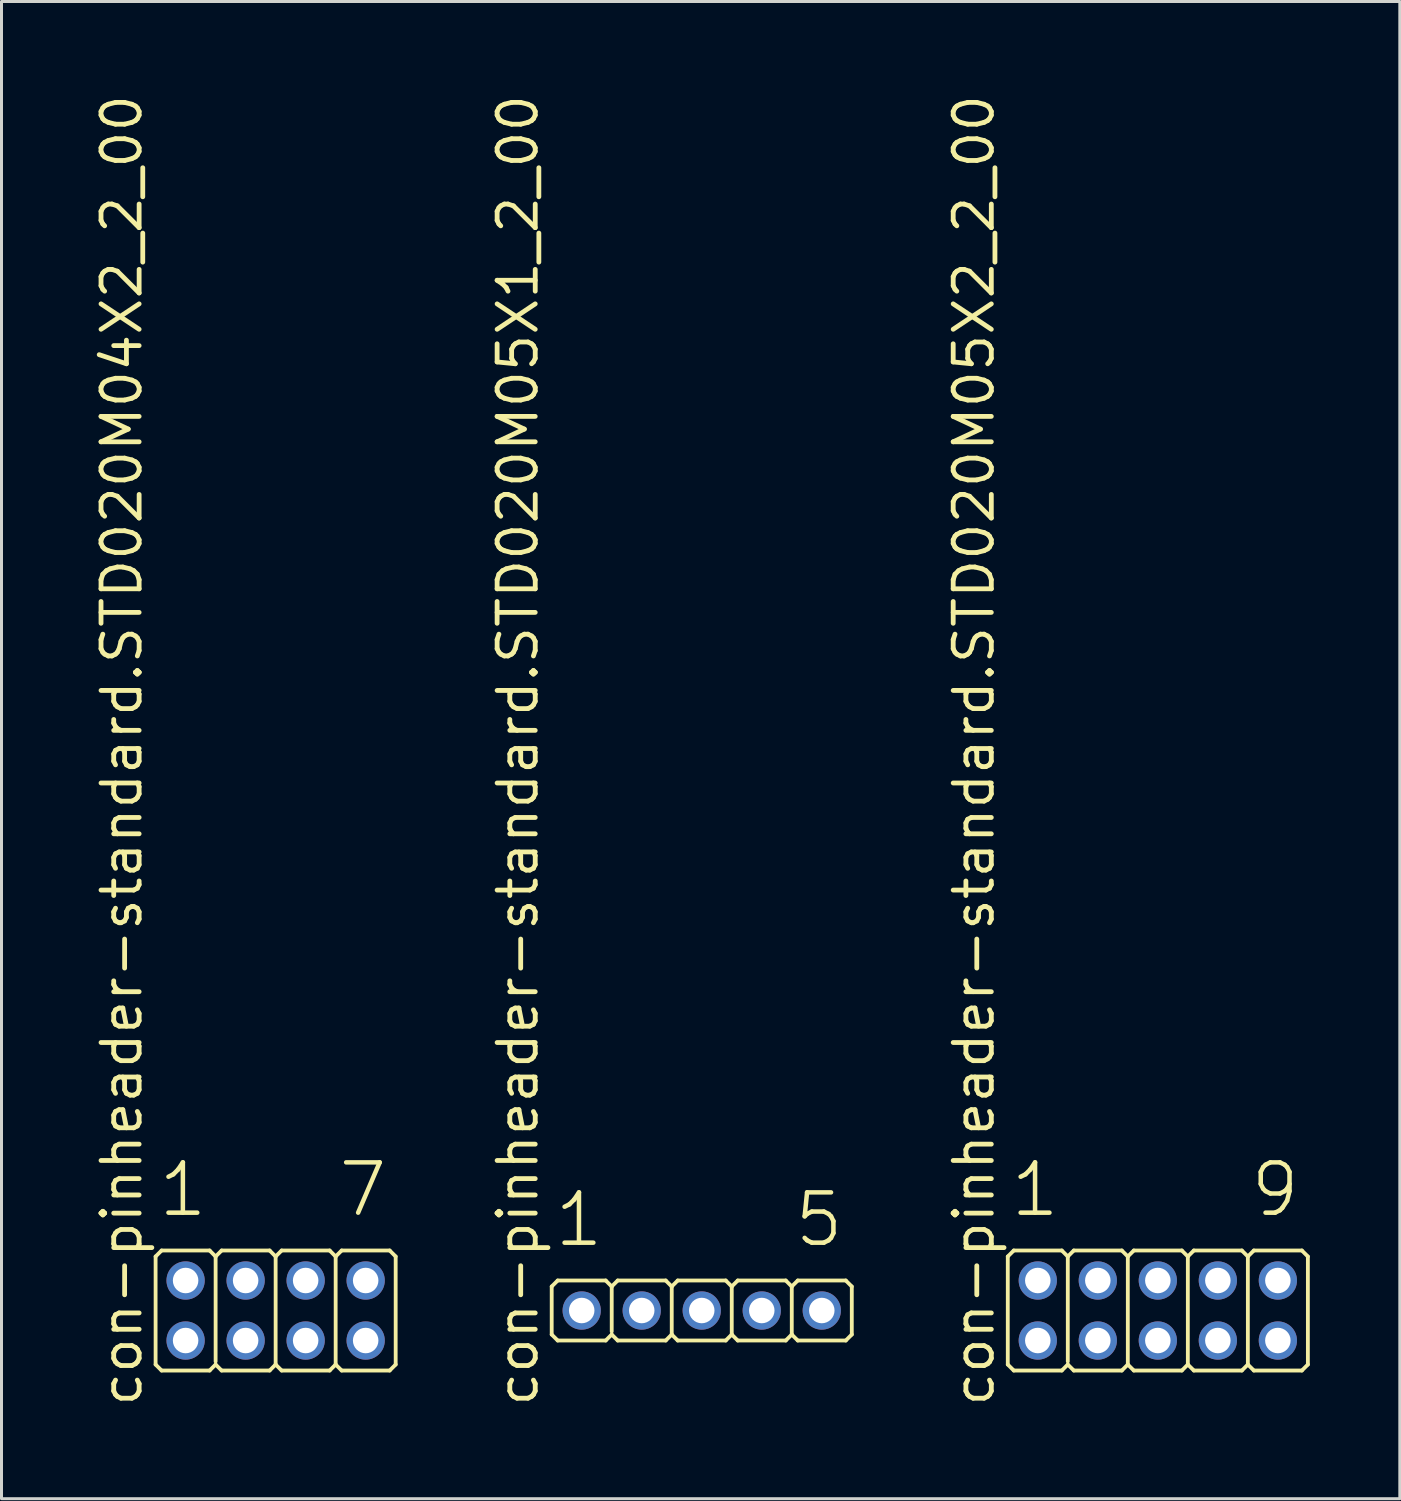
<source format=kicad_pcb>
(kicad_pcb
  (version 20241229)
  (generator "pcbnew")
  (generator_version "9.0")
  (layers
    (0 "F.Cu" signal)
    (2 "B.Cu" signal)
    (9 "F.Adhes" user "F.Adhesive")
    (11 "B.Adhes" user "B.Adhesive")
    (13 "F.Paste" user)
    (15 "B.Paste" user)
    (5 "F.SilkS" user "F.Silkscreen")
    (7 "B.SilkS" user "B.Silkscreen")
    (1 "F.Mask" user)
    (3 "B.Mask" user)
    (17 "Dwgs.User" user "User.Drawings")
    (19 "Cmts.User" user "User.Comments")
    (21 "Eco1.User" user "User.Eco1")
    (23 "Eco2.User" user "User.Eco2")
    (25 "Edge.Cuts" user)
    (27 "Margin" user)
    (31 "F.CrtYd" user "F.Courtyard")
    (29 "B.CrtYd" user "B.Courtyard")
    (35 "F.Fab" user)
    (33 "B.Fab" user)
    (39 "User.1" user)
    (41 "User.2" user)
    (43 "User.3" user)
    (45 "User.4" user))
  (footprint "con-pinheader-standard.STD020M05X2_2_00"
    (layer "F.Cu")
    (at 35.532 40.62)
    (property "Reference" "con-pinheader-standard.STD020M05X2_2_00" (at -5.385 3.27 90) (layer "F.SilkS") (effects (font (size 1.27 1.27) (thickness 0.16)) (justify left bottom)))
    (attr through_hole)
    (fp_line (start -5 1.8) (end -5 -1.8) (stroke (width 0.127) (type default)) (layer "F.SilkS"))
    (fp_line (start -4.8 -2) (end -5 -1.8) (stroke (width 0.127) (type default)) (layer "F.SilkS"))
    (fp_line (start -4.8 -2) (end -3.2 -2) (stroke (width 0.127) (type default)) (layer "F.SilkS"))
    (fp_line (start -4.8 2) (end -5 1.8) (stroke (width 0.127) (type default)) (layer "F.SilkS"))
    (fp_line (start -3.2 -2) (end -3 -1.8) (stroke (width 0.127) (type default)) (layer "F.SilkS"))
    (fp_line (start -3.2 2) (end -4.8 2) (stroke (width 0.127) (type default)) (layer "F.SilkS"))
    (fp_line (start -3.2 2) (end -3 1.8) (stroke (width 0.127) (type default)) (layer "F.SilkS"))
    (fp_line (start -3 -1.8) (end -3 1.7) (stroke (width 0.127) (type default)) (layer "F.SilkS"))
    (fp_line (start -2.8 -2) (end -3 -1.8) (stroke (width 0.127) (type default)) (layer "F.SilkS"))
    (fp_line (start -2.8 -2) (end -1.2 -2) (stroke (width 0.127) (type default)) (layer "F.SilkS"))
    (fp_line (start -2.8 2) (end -3 1.8) (stroke (width 0.127) (type default)) (layer "F.SilkS"))
    (fp_line (start -1.2 -2) (end -1 -1.8) (stroke (width 0.127) (type default)) (layer "F.SilkS"))
    (fp_line (start -1.2 2) (end -2.8 2) (stroke (width 0.127) (type default)) (layer "F.SilkS"))
    (fp_line (start -1.2 2) (end -1 1.8) (stroke (width 0.127) (type default)) (layer "F.SilkS"))
    (fp_line (start -1 -1.8) (end -1 1.8) (stroke (width 0.127) (type default)) (layer "F.SilkS"))
    (fp_line (start -0.8 -2) (end -1 -1.8) (stroke (width 0.127) (type default)) (layer "F.SilkS"))
    (fp_line (start -0.8 -2) (end 0.8 -2) (stroke (width 0.127) (type default)) (layer "F.SilkS"))
    (fp_line (start -0.8 2) (end -1 1.8) (stroke (width 0.127) (type default)) (layer "F.SilkS"))
    (fp_line (start 0.8 -2) (end 1 -1.8) (stroke (width 0.127) (type default)) (layer "F.SilkS"))
    (fp_line (start 0.8 2) (end -0.8 2) (stroke (width 0.127) (type default)) (layer "F.SilkS"))
    (fp_line (start 0.8 2) (end 1 1.8) (stroke (width 0.127) (type default)) (layer "F.SilkS"))
    (fp_line (start 1 -1.8) (end 1 1.8) (stroke (width 0.127) (type default)) (layer "F.SilkS"))
    (fp_line (start 1.2 -2) (end 1 -1.8) (stroke (width 0.127) (type default)) (layer "F.SilkS"))
    (fp_line (start 1.2 -2) (end 2.8 -2) (stroke (width 0.127) (type default)) (layer "F.SilkS"))
    (fp_line (start 1.2 2) (end 1 1.8) (stroke (width 0.127) (type default)) (layer "F.SilkS"))
    (fp_line (start 2.8 -2) (end 3 -1.8) (stroke (width 0.127) (type default)) (layer "F.SilkS"))
    (fp_line (start 2.8 2) (end 1.2 2) (stroke (width 0.127) (type default)) (layer "F.SilkS"))
    (fp_line (start 2.8 2) (end 3 1.8) (stroke (width 0.127) (type default)) (layer "F.SilkS"))
    (fp_line (start 3 -1.8) (end 3 1.8) (stroke (width 0.127) (type default)) (layer "F.SilkS"))
    (fp_line (start 3.2 -2) (end 3 -1.8) (stroke (width 0.127) (type default)) (layer "F.SilkS"))
    (fp_line (start 3.2 -2) (end 4.8 -2) (stroke (width 0.127) (type default)) (layer "F.SilkS"))
    (fp_line (start 3.2 2) (end 3 1.8) (stroke (width 0.127) (type default)) (layer "F.SilkS"))
    (fp_line (start 4.8 -2) (end 5 -1.8) (stroke (width 0.127) (type default)) (layer "F.SilkS"))
    (fp_line (start 4.8 2) (end 3.2 2) (stroke (width 0.127) (type default)) (layer "F.SilkS"))
    (fp_line (start 4.8 2) (end 5 1.8) (stroke (width 0.127) (type default)) (layer "F.SilkS"))
    (fp_line (start 5 -1.8) (end 5 1.8) (stroke (width 0.127) (type default)) (layer "F.SilkS"))
    (fp_rect (start -4.25 -0.75) (end -3.75 -1.25) (stroke (width 0.05) (type default)) (fill no) (layer "F.Fab"))
    (fp_rect (start -4.25 1.25) (end -3.75 0.75) (stroke (width 0.05) (type default)) (fill no) (layer "F.Fab"))
    (fp_rect (start -2.25 -0.75) (end -1.75 -1.25) (stroke (width 0.05) (type default)) (fill no) (layer "F.Fab"))
    (fp_rect (start -2.25 1.25) (end -1.75 0.75) (stroke (width 0.05) (type default)) (fill no) (layer "F.Fab"))
    (fp_rect (start -0.25 -0.75) (end 0.25 -1.25) (stroke (width 0.05) (type default)) (fill no) (layer "F.Fab"))
    (fp_rect (start -0.25 1.25) (end 0.25 0.75) (stroke (width 0.05) (type default)) (fill no) (layer "F.Fab"))
    (fp_rect (start 1.75 -0.75) (end 2.25 -1.25) (stroke (width 0.05) (type default)) (fill no) (layer "F.Fab"))
    (fp_rect (start 1.75 1.25) (end 2.25 0.75) (stroke (width 0.05) (type default)) (fill no) (layer "F.Fab"))
    (fp_rect (start 3.75 -0.75) (end 4.25 -1.25) (stroke (width 0.05) (type default)) (fill no) (layer "F.Fab"))
    (fp_rect (start 3.75 1.25) (end 4.25 0.75) (stroke (width 0.05) (type default)) (fill no) (layer "F.Fab"))
    (fp_text user "9" (at 3.012 -3.048 0) (layer "F.SilkS") (effects (font (size 1.676 1.676) (thickness 0.15)) (justify left bottom)))
    (fp_text user "1" (at -4.988 -3.048 0) (layer "F.SilkS") (effects (font (size 1.676 1.676) (thickness 0.15)) (justify left bottom)))
    (pad "1" thru_hole circle (at -4 -1) (size 1.275 1.275) (drill 0.85) (layers "*.Cu" "*.Mask"))
    (pad "2" thru_hole circle (at -4 1) (size 1.275 1.275) (drill 0.85) (layers "*.Cu" "*.Mask"))
    (pad "3" thru_hole circle (at -2 -1) (size 1.275 1.275) (drill 0.85) (layers "*.Cu" "*.Mask"))
    (pad "4" thru_hole circle (at -2 1) (size 1.275 1.275) (drill 0.85) (layers "*.Cu" "*.Mask"))
    (pad "5" thru_hole circle (at 0 -1) (size 1.275 1.275) (drill 0.85) (layers "*.Cu" "*.Mask"))
    (pad "6" thru_hole circle (at 0 1) (size 1.275 1.275) (drill 0.85) (layers "*.Cu" "*.Mask"))
    (pad "7" thru_hole circle (at 2 -1) (size 1.275 1.275) (drill 0.85) (layers "*.Cu" "*.Mask"))
    (pad "8" thru_hole circle (at 2 1) (size 1.275 1.275) (drill 0.85) (layers "*.Cu" "*.Mask"))
    (pad "9" thru_hole circle (at 4 -1) (size 1.275 1.275) (drill 0.85) (layers "*.Cu" "*.Mask"))
    (pad "10" thru_hole circle (at 4 1) (size 1.275 1.275) (drill 0.85) (layers "*.Cu" "*.Mask")))
  (footprint "con-pinheader-standard.STD020M04X2_2_00"
    (layer "F.Cu")
    (at 6.135 40.62)
    (property "Reference" "con-pinheader-standard.STD020M04X2_2_00" (at -4.385 3.27 90) (layer "F.SilkS") (effects (font (size 1.27 1.27) (thickness 0.16)) (justify left bottom)))
    (attr through_hole)
    (fp_line (start -4 1.8) (end -4 -1.8) (stroke (width 0.127) (type default)) (layer "F.SilkS"))
    (fp_line (start -3.8 -2) (end -4 -1.8) (stroke (width 0.127) (type default)) (layer "F.SilkS"))
    (fp_line (start -3.8 -2) (end -2.2 -2) (stroke (width 0.127) (type default)) (layer "F.SilkS"))
    (fp_line (start -3.8 2) (end -4 1.8) (stroke (width 0.127) (type default)) (layer "F.SilkS"))
    (fp_line (start -2.2 -2) (end -2 -1.8) (stroke (width 0.127) (type default)) (layer "F.SilkS"))
    (fp_line (start -2.2 2) (end -3.8 2) (stroke (width 0.127) (type default)) (layer "F.SilkS"))
    (fp_line (start -2.2 2) (end -2 1.8) (stroke (width 0.127) (type default)) (layer "F.SilkS"))
    (fp_line (start -2 -1.8) (end -2 1.7) (stroke (width 0.127) (type default)) (layer "F.SilkS"))
    (fp_line (start -1.8 -2) (end -2 -1.8) (stroke (width 0.127) (type default)) (layer "F.SilkS"))
    (fp_line (start -1.8 -2) (end -0.2 -2) (stroke (width 0.127) (type default)) (layer "F.SilkS"))
    (fp_line (start -1.8 2) (end -2 1.8) (stroke (width 0.127) (type default)) (layer "F.SilkS"))
    (fp_line (start -0.2 -2) (end 0 -1.8) (stroke (width 0.127) (type default)) (layer "F.SilkS"))
    (fp_line (start -0.2 2) (end -1.8 2) (stroke (width 0.127) (type default)) (layer "F.SilkS"))
    (fp_line (start -0.2 2) (end 0 1.8) (stroke (width 0.127) (type default)) (layer "F.SilkS"))
    (fp_line (start 0 -1.8) (end 0 1.8) (stroke (width 0.127) (type default)) (layer "F.SilkS"))
    (fp_line (start 0.2 -2) (end 0 -1.8) (stroke (width 0.127) (type default)) (layer "F.SilkS"))
    (fp_line (start 0.2 -2) (end 1.8 -2) (stroke (width 0.127) (type default)) (layer "F.SilkS"))
    (fp_line (start 0.2 2) (end 0 1.8) (stroke (width 0.127) (type default)) (layer "F.SilkS"))
    (fp_line (start 1.8 -2) (end 2 -1.8) (stroke (width 0.127) (type default)) (layer "F.SilkS"))
    (fp_line (start 1.8 2) (end 0.2 2) (stroke (width 0.127) (type default)) (layer "F.SilkS"))
    (fp_line (start 1.8 2) (end 2 1.8) (stroke (width 0.127) (type default)) (layer "F.SilkS"))
    (fp_line (start 2 -1.8) (end 2 1.8) (stroke (width 0.127) (type default)) (layer "F.SilkS"))
    (fp_line (start 2.2 -2) (end 2 -1.8) (stroke (width 0.127) (type default)) (layer "F.SilkS"))
    (fp_line (start 2.2 -2) (end 3.8 -2) (stroke (width 0.127) (type default)) (layer "F.SilkS"))
    (fp_line (start 2.2 2) (end 2 1.8) (stroke (width 0.127) (type default)) (layer "F.SilkS"))
    (fp_line (start 3.8 -2) (end 4 -1.8) (stroke (width 0.127) (type default)) (layer "F.SilkS"))
    (fp_line (start 3.8 2) (end 2.2 2) (stroke (width 0.127) (type default)) (layer "F.SilkS"))
    (fp_line (start 3.8 2) (end 4 1.8) (stroke (width 0.127) (type default)) (layer "F.SilkS"))
    (fp_line (start 4 -1.8) (end 4 1.8) (stroke (width 0.127) (type default)) (layer "F.SilkS"))
    (fp_rect (start -3.25 -0.75) (end -2.75 -1.25) (stroke (width 0.05) (type default)) (fill no) (layer "F.Fab"))
    (fp_rect (start -3.25 1.25) (end -2.75 0.75) (stroke (width 0.05) (type default)) (fill no) (layer "F.Fab"))
    (fp_rect (start -1.25 -0.75) (end -0.75 -1.25) (stroke (width 0.05) (type default)) (fill no) (layer "F.Fab"))
    (fp_rect (start -1.25 1.25) (end -0.75 0.75) (stroke (width 0.05) (type default)) (fill no) (layer "F.Fab"))
    (fp_rect (start 0.75 -0.75) (end 1.25 -1.25) (stroke (width 0.05) (type default)) (fill no) (layer "F.Fab"))
    (fp_rect (start 0.75 1.25) (end 1.25 0.75) (stroke (width 0.05) (type default)) (fill no) (layer "F.Fab"))
    (fp_rect (start 2.75 -0.75) (end 3.25 -1.25) (stroke (width 0.05) (type default)) (fill no) (layer "F.Fab"))
    (fp_rect (start 2.75 1.25) (end 3.25 0.75) (stroke (width 0.05) (type default)) (fill no) (layer "F.Fab"))
    (fp_text user "7" (at 2.012 -3.048 0) (layer "F.SilkS") (effects (font (size 1.676 1.676) (thickness 0.15)) (justify left bottom)))
    (fp_text user "1" (at -3.988 -3.048 0) (layer "F.SilkS") (effects (font (size 1.676 1.676) (thickness 0.15)) (justify left bottom)))
    (pad "1" thru_hole circle (at -3 -1) (size 1.275 1.275) (drill 0.85) (layers "*.Cu" "*.Mask"))
    (pad "2" thru_hole circle (at -3 1) (size 1.275 1.275) (drill 0.85) (layers "*.Cu" "*.Mask"))
    (pad "3" thru_hole circle (at -1 -1) (size 1.275 1.275) (drill 0.85) (layers "*.Cu" "*.Mask"))
    (pad "4" thru_hole circle (at -1 1) (size 1.275 1.275) (drill 0.85) (layers "*.Cu" "*.Mask"))
    (pad "5" thru_hole circle (at 1 -1) (size 1.275 1.275) (drill 0.85) (layers "*.Cu" "*.Mask"))
    (pad "6" thru_hole circle (at 1 1) (size 1.275 1.275) (drill 0.85) (layers "*.Cu" "*.Mask"))
    (pad "7" thru_hole circle (at 3 -1) (size 1.275 1.275) (drill 0.85) (layers "*.Cu" "*.Mask"))
    (pad "8" thru_hole circle (at 3 1) (size 1.275 1.275) (drill 0.85) (layers "*.Cu" "*.Mask")))
  (footprint "con-pinheader-standard.STD020M05X1_2_00"
    (layer "F.Cu")
    (at 20.334 40.62)
    (property "Reference" "con-pinheader-standard.STD020M05X1_2_00" (at -5.385 3.27 90) (layer "F.SilkS") (effects (font (size 1.27 1.27) (thickness 0.16)) (justify left bottom)))
    (attr through_hole)
    (fp_line (start -5 0.8) (end -5 -0.8) (stroke (width 0.127) (type default)) (layer "F.SilkS"))
    (fp_line (start -4.8 -1) (end -5 -0.8) (stroke (width 0.127) (type default)) (layer "F.SilkS"))
    (fp_line (start -4.8 -1) (end -3.2 -1) (stroke (width 0.127) (type default)) (layer "F.SilkS"))
    (fp_line (start -4.8 1) (end -5 0.8) (stroke (width 0.127) (type default)) (layer "F.SilkS"))
    (fp_line (start -3.2 -1) (end -3 -0.8) (stroke (width 0.127) (type default)) (layer "F.SilkS"))
    (fp_line (start -3.2 1) (end -4.8 1) (stroke (width 0.127) (type default)) (layer "F.SilkS"))
    (fp_line (start -3.2 1) (end -3 0.8) (stroke (width 0.127) (type default)) (layer "F.SilkS"))
    (fp_line (start -3 -0.8) (end -3 0.7) (stroke (width 0.127) (type default)) (layer "F.SilkS"))
    (fp_line (start -2.8 -1) (end -3 -0.8) (stroke (width 0.127) (type default)) (layer "F.SilkS"))
    (fp_line (start -2.8 -1) (end -1.2 -1) (stroke (width 0.127) (type default)) (layer "F.SilkS"))
    (fp_line (start -2.8 1) (end -3 0.8) (stroke (width 0.127) (type default)) (layer "F.SilkS"))
    (fp_line (start -1.2 -1) (end -1 -0.8) (stroke (width 0.127) (type default)) (layer "F.SilkS"))
    (fp_line (start -1.2 1) (end -2.8 1) (stroke (width 0.127) (type default)) (layer "F.SilkS"))
    (fp_line (start -1.2 1) (end -1 0.8) (stroke (width 0.127) (type default)) (layer "F.SilkS"))
    (fp_line (start -1 -0.8) (end -1 0.8) (stroke (width 0.127) (type default)) (layer "F.SilkS"))
    (fp_line (start -0.8 -1) (end -1 -0.8) (stroke (width 0.127) (type default)) (layer "F.SilkS"))
    (fp_line (start -0.8 -1) (end 0.8 -1) (stroke (width 0.127) (type default)) (layer "F.SilkS"))
    (fp_line (start -0.8 1) (end -1 0.8) (stroke (width 0.127) (type default)) (layer "F.SilkS"))
    (fp_line (start 0.8 -1) (end 1 -0.8) (stroke (width 0.127) (type default)) (layer "F.SilkS"))
    (fp_line (start 0.8 1) (end -0.8 1) (stroke (width 0.127) (type default)) (layer "F.SilkS"))
    (fp_line (start 0.8 1) (end 1 0.8) (stroke (width 0.127) (type default)) (layer "F.SilkS"))
    (fp_line (start 1 -0.8) (end 1 0.8) (stroke (width 0.127) (type default)) (layer "F.SilkS"))
    (fp_line (start 1.2 -1) (end 1 -0.8) (stroke (width 0.127) (type default)) (layer "F.SilkS"))
    (fp_line (start 1.2 -1) (end 2.8 -1) (stroke (width 0.127) (type default)) (layer "F.SilkS"))
    (fp_line (start 1.2 1) (end 1 0.8) (stroke (width 0.127) (type default)) (layer "F.SilkS"))
    (fp_line (start 2.8 -1) (end 3 -0.8) (stroke (width 0.127) (type default)) (layer "F.SilkS"))
    (fp_line (start 2.8 1) (end 1.2 1) (stroke (width 0.127) (type default)) (layer "F.SilkS"))
    (fp_line (start 2.8 1) (end 3 0.8) (stroke (width 0.127) (type default)) (layer "F.SilkS"))
    (fp_line (start 3 -0.8) (end 3 0.8) (stroke (width 0.127) (type default)) (layer "F.SilkS"))
    (fp_line (start 3.2 -1) (end 3 -0.8) (stroke (width 0.127) (type default)) (layer "F.SilkS"))
    (fp_line (start 3.2 -1) (end 4.8 -1) (stroke (width 0.127) (type default)) (layer "F.SilkS"))
    (fp_line (start 3.2 1) (end 3 0.8) (stroke (width 0.127) (type default)) (layer "F.SilkS"))
    (fp_line (start 4.8 -1) (end 5 -0.8) (stroke (width 0.127) (type default)) (layer "F.SilkS"))
    (fp_line (start 4.8 1) (end 3.2 1) (stroke (width 0.127) (type default)) (layer "F.SilkS"))
    (fp_line (start 4.8 1) (end 5 0.8) (stroke (width 0.127) (type default)) (layer "F.SilkS"))
    (fp_line (start 5 -0.8) (end 5 0.8) (stroke (width 0.127) (type default)) (layer "F.SilkS"))
    (fp_rect (start -4.25 0.25) (end -3.75 -0.25) (stroke (width 0.05) (type default)) (fill no) (layer "F.Fab"))
    (fp_rect (start -2.25 0.25) (end -1.75 -0.25) (stroke (width 0.05) (type default)) (fill no) (layer "F.Fab"))
    (fp_rect (start -0.25 0.25) (end 0.25 -0.25) (stroke (width 0.05) (type default)) (fill no) (layer "F.Fab"))
    (fp_rect (start 1.75 0.25) (end 2.25 -0.25) (stroke (width 0.05) (type default)) (fill no) (layer "F.Fab"))
    (fp_rect (start 3.75 0.25) (end 4.25 -0.25) (stroke (width 0.05) (type default)) (fill no) (layer "F.Fab"))
    (fp_text user "1" (at -4.988 -2.048 0) (layer "F.SilkS") (effects (font (size 1.676 1.676) (thickness 0.15)) (justify left bottom)))
    (fp_text user "5" (at 3.012 -2.048 0) (layer "F.SilkS") (effects (font (size 1.676 1.676) (thickness 0.15)) (justify left bottom)))
    (pad "1" thru_hole circle (at -4 0) (size 1.275 1.275) (drill 0.85) (layers "*.Cu" "*.Mask"))
    (pad "2" thru_hole circle (at -2 0) (size 1.275 1.275) (drill 0.85) (layers "*.Cu" "*.Mask"))
    (pad "3" thru_hole circle (at 0 0) (size 1.275 1.275) (drill 0.85) (layers "*.Cu" "*.Mask"))
    (pad "4" thru_hole circle (at 2 0) (size 1.275 1.275) (drill 0.85) (layers "*.Cu" "*.Mask"))
    (pad "5" thru_hole circle (at 4 0) (size 1.275 1.275) (drill 0.85) (layers "*.Cu" "*.Mask")))
  (gr_rect
    (start -3 -3)
    (end 43.596 46.89)
    (stroke (width 0.1) (type default))
    (fill no)
    (layer "Edge.Cuts")))
</source>
